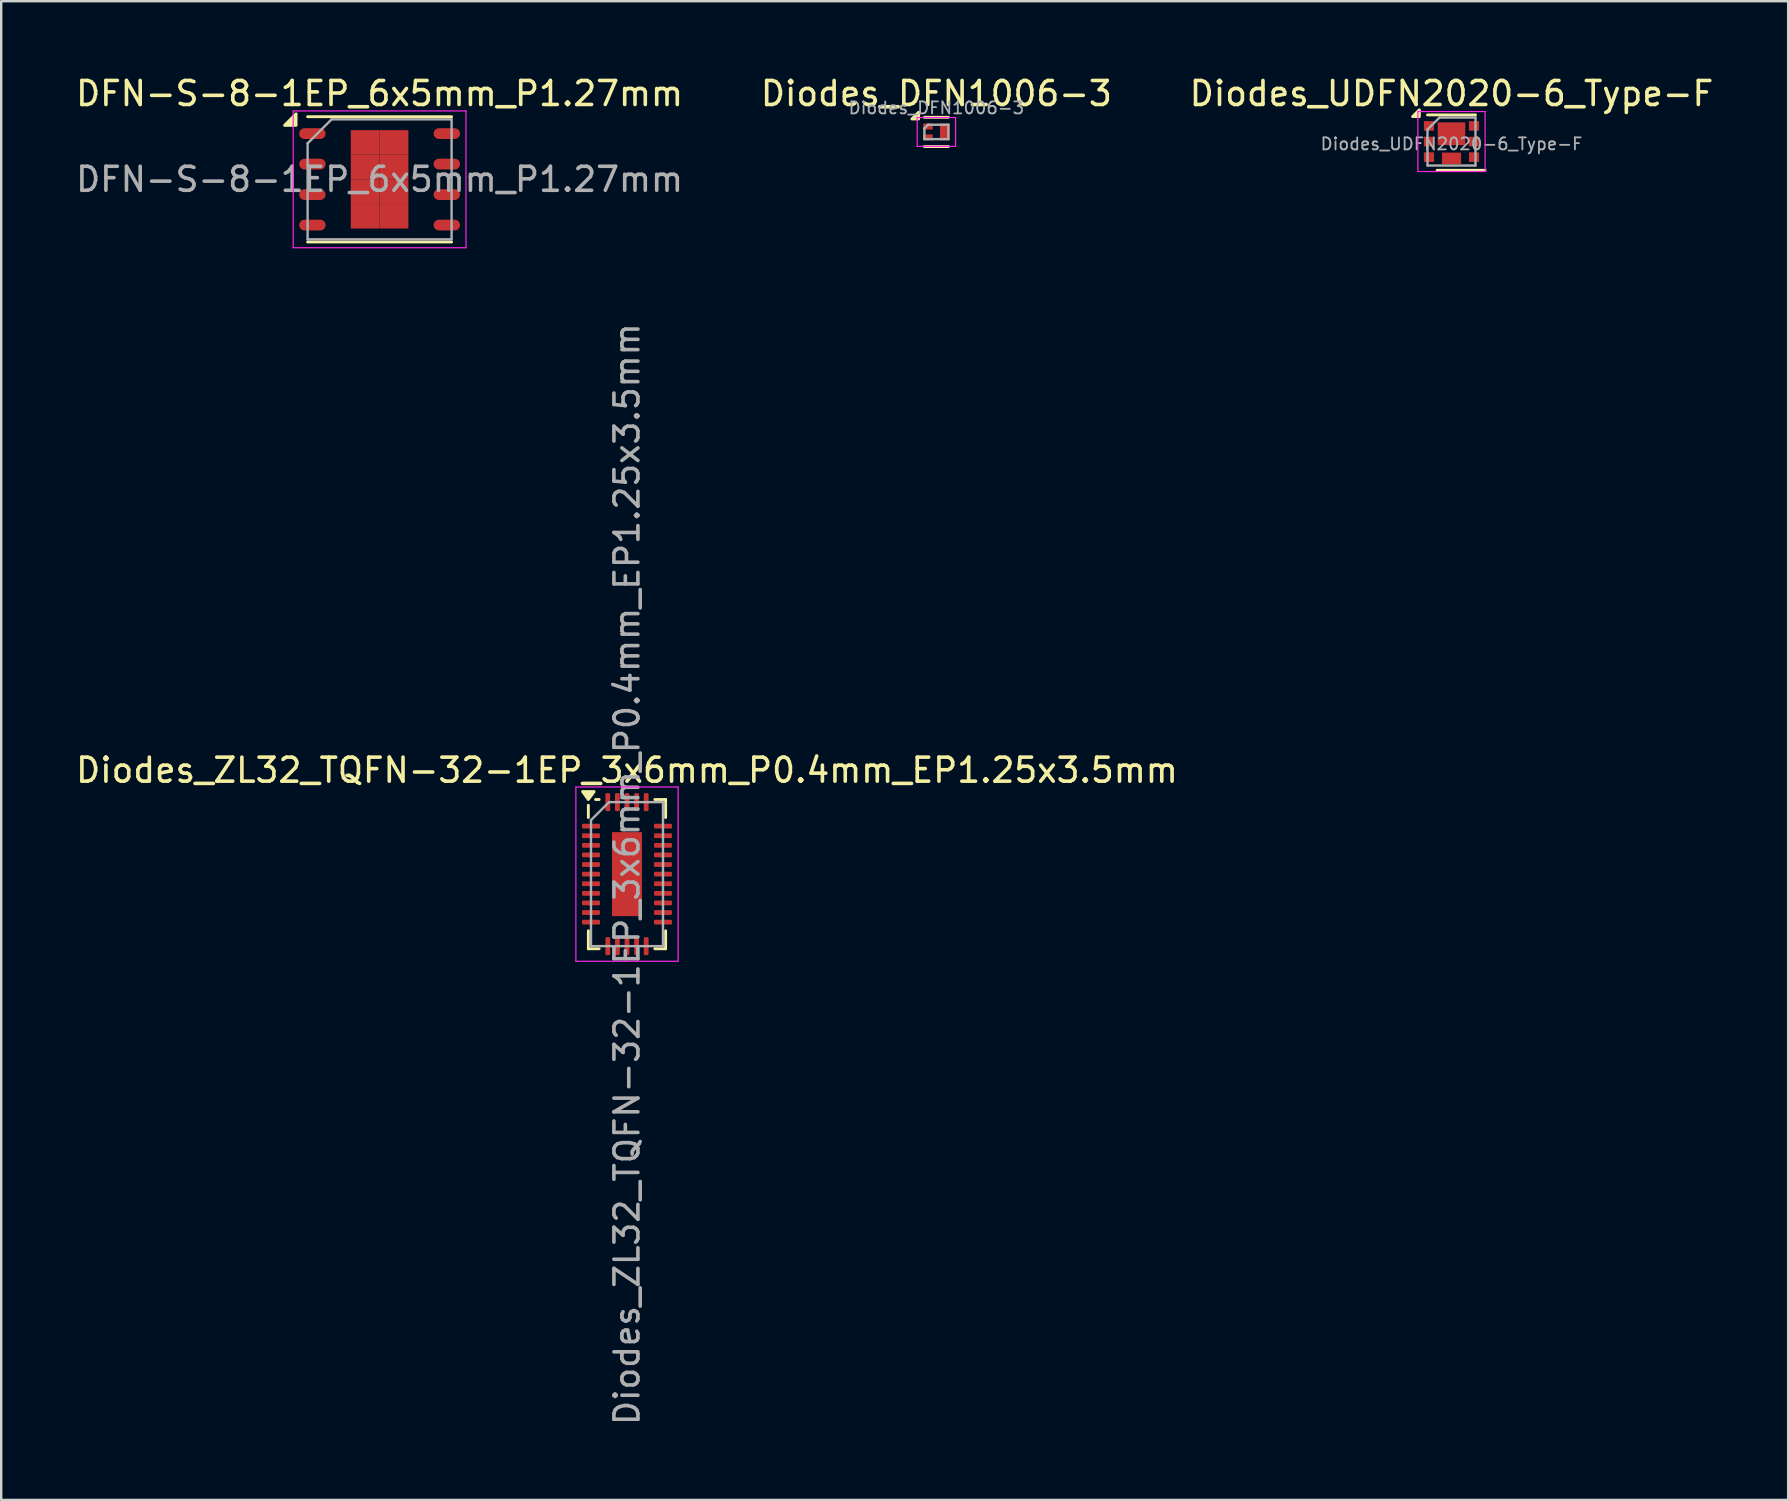
<source format=kicad_pcb>
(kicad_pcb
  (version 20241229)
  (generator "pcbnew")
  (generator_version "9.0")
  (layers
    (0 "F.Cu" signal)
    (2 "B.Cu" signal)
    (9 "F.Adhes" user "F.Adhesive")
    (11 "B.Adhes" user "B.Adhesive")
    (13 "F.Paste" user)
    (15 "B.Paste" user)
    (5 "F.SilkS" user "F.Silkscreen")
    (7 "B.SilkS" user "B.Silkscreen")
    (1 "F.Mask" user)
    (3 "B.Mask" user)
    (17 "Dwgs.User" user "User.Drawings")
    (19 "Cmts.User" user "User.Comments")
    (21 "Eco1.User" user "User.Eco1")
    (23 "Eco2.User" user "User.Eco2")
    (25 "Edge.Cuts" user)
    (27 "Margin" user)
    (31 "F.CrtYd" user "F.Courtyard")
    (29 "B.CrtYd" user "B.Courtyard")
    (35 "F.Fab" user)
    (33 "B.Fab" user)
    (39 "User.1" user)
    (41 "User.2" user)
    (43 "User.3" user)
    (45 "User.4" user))
  (footprint "Diodes_ZL32_TQFN-32-1EP_3x6mm_P0.4mm_EP1.25x3.5mm"
    (layer "F.Cu")
    (at 23.077 33.376)
    (property "Reference" "Diodes_ZL32_TQFN-32-1EP_3x6mm_P0.4mm_EP1.25x3.5mm" (at 0 -4.33 0) (layer "F.SilkS") (effects (font (size 1 1) (thickness 0.15))))
    (attr smd)
    (fp_line (start -1.61 -2.36) (end -1.61 -2.87) (stroke (width 0.12) (type solid)) (layer "F.SilkS"))
    (fp_line (start -1.61 3.11) (end -1.61 2.36) (stroke (width 0.12) (type solid)) (layer "F.SilkS"))
    (fp_line (start -1.16 -3.11) (end -1.31 -3.11) (stroke (width 0.12) (type solid)) (layer "F.SilkS"))
    (fp_line (start -1.16 3.11) (end -1.61 3.11) (stroke (width 0.12) (type solid)) (layer "F.SilkS"))
    (fp_line (start 1.16 -3.11) (end 1.61 -3.11) (stroke (width 0.12) (type solid)) (layer "F.SilkS"))
    (fp_line (start 1.16 3.11) (end 1.61 3.11) (stroke (width 0.12) (type solid)) (layer "F.SilkS"))
    (fp_line (start 1.61 -3.11) (end 1.61 -2.36) (stroke (width 0.12) (type solid)) (layer "F.SilkS"))
    (fp_line (start 1.61 3.11) (end 1.61 2.36) (stroke (width 0.12) (type solid)) (layer "F.SilkS"))
    (fp_poly (pts (xy -1.61 -3.11) (xy -1.85 -3.44) (xy -1.37 -3.44) (xy -1.61 -3.11)) (stroke (width 0.12) (type solid)) (fill yes) (layer "F.SilkS"))
    (fp_line (start -2.13 -3.63) (end -2.13 3.63) (stroke (width 0.05) (type solid)) (layer "F.CrtYd"))
    (fp_line (start -2.13 3.63) (end 2.13 3.63) (stroke (width 0.05) (type solid)) (layer "F.CrtYd"))
    (fp_line (start 2.13 -3.63) (end -2.13 -3.63) (stroke (width 0.05) (type solid)) (layer "F.CrtYd"))
    (fp_line (start 2.13 3.63) (end 2.13 -3.63) (stroke (width 0.05) (type solid)) (layer "F.CrtYd"))
    (fp_line (start -1.5 -2.25) (end -0.75 -3) (stroke (width 0.1) (type solid)) (layer "F.Fab"))
    (fp_line (start -1.5 3) (end -1.5 -2.25) (stroke (width 0.1) (type solid)) (layer "F.Fab"))
    (fp_line (start -0.75 -3) (end 1.5 -3) (stroke (width 0.1) (type solid)) (layer "F.Fab"))
    (fp_line (start 1.5 -3) (end 1.5 3) (stroke (width 0.1) (type solid)) (layer "F.Fab"))
    (fp_line (start 1.5 3) (end -1.5 3) (stroke (width 0.1) (type solid)) (layer "F.Fab"))
    (fp_text user "${REFERENCE}" (at 0 0 90) (layer "F.Fab") (effects (font (size 1 1) (thickness 0.15))))
    (pad "" smd roundrect (at -0.31 -1.32) (size 0.5 0.71) (layers "F.Paste") (roundrect_rratio 0.25))
    (pad "" smd roundrect (at -0.31 -0.44) (size 0.5 0.71) (layers "F.Paste") (roundrect_rratio 0.25))
    (pad "" smd roundrect (at -0.31 0.44) (size 0.5 0.71) (layers "F.Paste") (roundrect_rratio 0.25))
    (pad "" smd roundrect (at -0.31 1.32) (size 0.5 0.71) (layers "F.Paste") (roundrect_rratio 0.25))
    (pad "" smd roundrect (at 0.31 -1.32) (size 0.5 0.71) (layers "F.Paste") (roundrect_rratio 0.25))
    (pad "" smd roundrect (at 0.31 -0.44) (size 0.5 0.71) (layers "F.Paste") (roundrect_rratio 0.25))
    (pad "" smd roundrect (at 0.31 0.44) (size 0.5 0.71) (layers "F.Paste") (roundrect_rratio 0.25))
    (pad "" smd roundrect (at 0.31 1.32) (size 0.5 0.71) (layers "F.Paste") (roundrect_rratio 0.25))
    (pad "1" smd roundrect (at -1.5 -2) (size 0.75 0.2) (layers "F.Cu" "F.Mask" "F.Paste") (roundrect_rratio 0.25))
    (pad "2" smd roundrect (at -1.5 -1.6) (size 0.75 0.2) (layers "F.Cu" "F.Mask" "F.Paste") (roundrect_rratio 0.25))
    (pad "3" smd roundrect (at -1.5 -1.2) (size 0.75 0.2) (layers "F.Cu" "F.Mask" "F.Paste") (roundrect_rratio 0.25))
    (pad "4" smd roundrect (at -1.5 -0.8) (size 0.75 0.2) (layers "F.Cu" "F.Mask" "F.Paste") (roundrect_rratio 0.25))
    (pad "5" smd roundrect (at -1.5 -0.4) (size 0.75 0.2) (layers "F.Cu" "F.Mask" "F.Paste") (roundrect_rratio 0.25))
    (pad "6" smd roundrect (at -1.5 0) (size 0.75 0.2) (layers "F.Cu" "F.Mask" "F.Paste") (roundrect_rratio 0.25))
    (pad "7" smd roundrect (at -1.5 0.4) (size 0.75 0.2) (layers "F.Cu" "F.Mask" "F.Paste") (roundrect_rratio 0.25))
    (pad "8" smd roundrect (at -1.5 0.8) (size 0.75 0.2) (layers "F.Cu" "F.Mask" "F.Paste") (roundrect_rratio 0.25))
    (pad "9" smd roundrect (at -1.5 1.2) (size 0.75 0.2) (layers "F.Cu" "F.Mask" "F.Paste") (roundrect_rratio 0.25))
    (pad "10" smd roundrect (at -1.5 1.6) (size 0.75 0.2) (layers "F.Cu" "F.Mask" "F.Paste") (roundrect_rratio 0.25))
    (pad "11" smd roundrect (at -1.5 2) (size 0.75 0.2) (layers "F.Cu" "F.Mask" "F.Paste") (roundrect_rratio 0.25))
    (pad "12" smd roundrect (at -0.8 3) (size 0.2 0.75) (layers "F.Cu" "F.Mask" "F.Paste") (roundrect_rratio 0.25))
    (pad "13" smd roundrect (at -0.4 3) (size 0.2 0.75) (layers "F.Cu" "F.Mask" "F.Paste") (roundrect_rratio 0.25))
    (pad "14" smd roundrect (at 0 3) (size 0.2 0.75) (layers "F.Cu" "F.Mask" "F.Paste") (roundrect_rratio 0.25))
    (pad "15" smd roundrect (at 0.4 3) (size 0.2 0.75) (layers "F.Cu" "F.Mask" "F.Paste") (roundrect_rratio 0.25))
    (pad "16" smd roundrect (at 0.8 3) (size 0.2 0.75) (layers "F.Cu" "F.Mask" "F.Paste") (roundrect_rratio 0.25))
    (pad "17" smd roundrect (at 1.5 2) (size 0.75 0.2) (layers "F.Cu" "F.Mask" "F.Paste") (roundrect_rratio 0.25))
    (pad "18" smd roundrect (at 1.5 1.6) (size 0.75 0.2) (layers "F.Cu" "F.Mask" "F.Paste") (roundrect_rratio 0.25))
    (pad "19" smd roundrect (at 1.5 1.2) (size 0.75 0.2) (layers "F.Cu" "F.Mask" "F.Paste") (roundrect_rratio 0.25))
    (pad "20" smd roundrect (at 1.5 0.8) (size 0.75 0.2) (layers "F.Cu" "F.Mask" "F.Paste") (roundrect_rratio 0.25))
    (pad "21" smd roundrect (at 1.5 0.4) (size 0.75 0.2) (layers "F.Cu" "F.Mask" "F.Paste") (roundrect_rratio 0.25))
    (pad "22" smd roundrect (at 1.5 0) (size 0.75 0.2) (layers "F.Cu" "F.Mask" "F.Paste") (roundrect_rratio 0.25))
    (pad "23" smd roundrect (at 1.5 -0.4) (size 0.75 0.2) (layers "F.Cu" "F.Mask" "F.Paste") (roundrect_rratio 0.25))
    (pad "24" smd roundrect (at 1.5 -0.8) (size 0.75 0.2) (layers "F.Cu" "F.Mask" "F.Paste") (roundrect_rratio 0.25))
    (pad "25" smd roundrect (at 1.5 -1.2) (size 0.75 0.2) (layers "F.Cu" "F.Mask" "F.Paste") (roundrect_rratio 0.25))
    (pad "26" smd roundrect (at 1.5 -1.6) (size 0.75 0.2) (layers "F.Cu" "F.Mask" "F.Paste") (roundrect_rratio 0.25))
    (pad "27" smd roundrect (at 1.5 -2) (size 0.75 0.2) (layers "F.Cu" "F.Mask" "F.Paste") (roundrect_rratio 0.25))
    (pad "28" smd roundrect (at 0.8 -3) (size 0.2 0.75) (layers "F.Cu" "F.Mask" "F.Paste") (roundrect_rratio 0.25))
    (pad "29" smd roundrect (at 0.4 -3) (size 0.2 0.75) (layers "F.Cu" "F.Mask" "F.Paste") (roundrect_rratio 0.25))
    (pad "30" smd roundrect (at 0 -3) (size 0.2 0.75) (layers "F.Cu" "F.Mask" "F.Paste") (roundrect_rratio 0.25))
    (pad "31" smd roundrect (at -0.4 -3) (size 0.2 0.75) (layers "F.Cu" "F.Mask" "F.Paste") (roundrect_rratio 0.25))
    (pad "32" smd roundrect (at -0.8 -3) (size 0.2 0.75) (layers "F.Cu" "F.Mask" "F.Paste") (roundrect_rratio 0.25))
    (pad "33" smd rect (at 0 0) (size 1.25 3.5) (property pad_prop_heatsink) (layers "F.Cu" "F.Mask")))
  (footprint "DFN-S-8-1EP_6x5mm_P1.27mm"
    (layer "F.Cu")
    (at 12.768 4.423)
    (property "Reference" "DFN-S-8-1EP_6x5mm_P1.27mm" (at 0 -3.575 0) (layer "F.SilkS") (effects (font (size 1 1) (thickness 0.15))))
    (attr smd)
    (fp_line (start -3 -2.61) (end 3 -2.61) (stroke (width 0.12) (type solid)) (layer "F.SilkS"))
    (fp_line (start -3 2.61) (end 3 2.61) (stroke (width 0.12) (type solid)) (layer "F.SilkS"))
    (fp_poly (pts (xy -3.48 -2.25) (xy -3.96 -2.25) (xy -3.48 -2.73) (xy -3.48 -2.25)) (stroke (width 0.12) (type solid)) (fill yes) (layer "F.SilkS"))
    (fp_line (start -3.6 -2.85) (end -3.6 2.85) (stroke (width 0.05) (type solid)) (layer "F.CrtYd"))
    (fp_line (start -3.6 -2.85) (end 3.6 -2.85) (stroke (width 0.05) (type solid)) (layer "F.CrtYd"))
    (fp_line (start -3.6 2.85) (end 3.6 2.85) (stroke (width 0.05) (type solid)) (layer "F.CrtYd"))
    (fp_line (start 3.6 -2.85) (end 3.6 2.85) (stroke (width 0.05) (type solid)) (layer "F.CrtYd"))
    (fp_line (start -3 -1.5) (end -2 -2.5) (stroke (width 0.1) (type solid)) (layer "F.Fab"))
    (fp_line (start -3 2.5) (end -3 -1.5) (stroke (width 0.1) (type solid)) (layer "F.Fab"))
    (fp_line (start -2 -2.5) (end 3 -2.5) (stroke (width 0.1) (type solid)) (layer "F.Fab"))
    (fp_line (start 3 -2.5) (end 3 2.5) (stroke (width 0.1) (type solid)) (layer "F.Fab"))
    (fp_line (start 3 2.5) (end -3 2.5) (stroke (width 0.1) (type solid)) (layer "F.Fab"))
    (fp_text user "${REFERENCE}" (at 0 0 0) (layer "F.Fab") (effects (font (size 1 1) (thickness 0.15))))
    (pad "1" smd oval (at -2.8 -1.905) (size 1.1 0.45) (layers "F.Cu" "F.Mask" "F.Paste"))
    (pad "2" smd oval (at -2.8 -0.635) (size 1.1 0.45) (layers "F.Cu" "F.Mask" "F.Paste"))
    (pad "3" smd oval (at -2.8 0.635) (size 1.1 0.45) (layers "F.Cu" "F.Mask" "F.Paste"))
    (pad "4" smd oval (at -2.8 1.905) (size 1.1 0.45) (layers "F.Cu" "F.Mask" "F.Paste"))
    (pad "5" smd oval (at 2.8 1.905) (size 1.1 0.45) (layers "F.Cu" "F.Mask" "F.Paste"))
    (pad "6" smd oval (at 2.8 0.635) (size 1.1 0.45) (layers "F.Cu" "F.Mask" "F.Paste"))
    (pad "7" smd oval (at 2.8 -0.635) (size 1.1 0.45) (layers "F.Cu" "F.Mask" "F.Paste"))
    (pad "8" smd oval (at 2.8 -1.905) (size 1.1 0.45) (layers "F.Cu" "F.Mask" "F.Paste"))
    (pad "9" smd rect (at -0.6 -1.538) (size 1.2 1.025) (layers "F.Cu" "F.Mask" "F.Paste"))
    (pad "9" smd rect (at -0.6 -0.512) (size 1.2 1.025) (layers "F.Cu" "F.Mask" "F.Paste"))
    (pad "9" smd rect (at -0.6 0.512) (size 1.2 1.025) (layers "F.Cu" "F.Mask" "F.Paste"))
    (pad "9" smd rect (at -0.6 1.538) (size 1.2 1.025) (layers "F.Cu" "F.Mask" "F.Paste"))
    (pad "9" smd rect (at 0.6 -1.538) (size 1.2 1.025) (layers "F.Cu" "F.Mask" "F.Paste"))
    (pad "9" smd rect (at 0.6 -0.512) (size 1.2 1.025) (layers "F.Cu" "F.Mask" "F.Paste"))
    (pad "9" smd rect (at 0.6 0.512) (size 1.2 1.025) (layers "F.Cu" "F.Mask" "F.Paste"))
    (pad "9" smd rect (at 0.6 1.538) (size 1.2 1.025) (layers "F.Cu" "F.Mask" "F.Paste")))
  (footprint "Diodes_UDFN2020-6_Type-F"
    (layer "F.Cu")
    (at 57.435 2.848)
    (property "Reference" "Diodes_UDFN2020-6_Type-F" (at 0 -2 0) (layer "F.SilkS") (effects (font (size 1 1) (thickness 0.15))))
    (attr smd)
    (fp_line (start 1 -1.11) (end -1 -1.11) (stroke (width 0.12) (type solid)) (layer "F.SilkS"))
    (fp_line (start 1.4 1.2) (end -0.6 1.2) (stroke (width 0.12) (type solid)) (layer "F.SilkS"))
    (fp_poly (pts (xy -1.34 -1.04) (xy -1.62 -1.04) (xy -1.34 -1.32) (xy -1.34 -1.04)) (stroke (width 0.12) (type solid)) (fill yes) (layer "F.SilkS"))
    (fp_line (start -1.4 -1.25) (end -1.4 1.25) (stroke (width 0.05) (type solid)) (layer "F.CrtYd"))
    (fp_line (start -1.4 1.25) (end 1.4 1.25) (stroke (width 0.05) (type solid)) (layer "F.CrtYd"))
    (fp_line (start 1.4 -1.25) (end -1.4 -1.25) (stroke (width 0.05) (type solid)) (layer "F.CrtYd"))
    (fp_line (start 1.4 1.25) (end 1.4 -1.25) (stroke (width 0.05) (type solid)) (layer "F.CrtYd"))
    (fp_line (start -1 1) (end -1 -0.5) (stroke (width 0.1) (type solid)) (layer "F.Fab"))
    (fp_line (start -0.5 -1) (end -1 -0.5) (stroke (width 0.1) (type solid)) (layer "F.Fab"))
    (fp_line (start -0.5 -1) (end 1 -1) (stroke (width 0.1) (type solid)) (layer "F.Fab"))
    (fp_line (start 1 -1) (end 1 1) (stroke (width 0.1) (type solid)) (layer "F.Fab"))
    (fp_line (start 1 1) (end -1 1) (stroke (width 0.1) (type solid)) (layer "F.Fab"))
    (fp_text user "${REFERENCE}" (at 0 0.1 0) (layer "F.Fab") (effects (font (size 0.5 0.5) (thickness 0.075))))
    (pad "1" smd rect (at -0.938 -0.65) (size 0.425 0.4) (layers "F.Cu" "F.Mask" "F.Paste"))
    (pad "2" smd rect (at -0.938 0) (size 0.425 0.4) (layers "F.Cu" "F.Mask" "F.Paste"))
    (pad "3" smd rect (at -0.938 0.65) (size 0.425 0.4) (layers "F.Cu" "F.Mask" "F.Paste"))
    (pad "4" smd rect (at 0.938 0.65) (size 0.425 0.4) (layers "F.Cu" "F.Mask" "F.Paste"))
    (pad "5" smd rect (at 0.938 0) (size 0.425 0.4) (layers "F.Cu" "F.Mask" "F.Paste"))
    (pad "6" smd rect (at 0.938 -0.65) (size 0.425 0.4) (layers "F.Cu" "F.Mask" "F.Paste"))
    (pad "7" smd rect (at 0 -0.325) (size 1.15 0.95) (layers "F.Cu" "F.Mask" "F.Paste"))
    (pad "8" smd rect (at 0 0.7) (size 0.8 0.48) (layers "F.Cu" "F.Mask" "F.Paste")))
  (footprint "Diodes_DFN1006-3"
    (layer "F.Cu")
    (at 35.97 2.448)
    (property "Reference" "Diodes_DFN1006-3" (at 0 -1.6 0) (layer "F.SilkS") (effects (font (size 1 1) (thickness 0.15))))
    (attr smd)
    (fp_line (start -0.5 -0.61) (end 0.5 -0.61) (stroke (width 0.12) (type default)) (layer "F.SilkS"))
    (fp_line (start -0.5 0.61) (end 0.5 0.61) (stroke (width 0.12) (type default)) (layer "F.SilkS"))
    (fp_poly (pts (xy -0.74 -0.54) (xy -1.02 -0.54) (xy -0.74 -0.82) (xy -0.74 -0.54)) (stroke (width 0.12) (type solid)) (fill yes) (layer "F.SilkS"))
    (fp_line (start -0.8 -0.6) (end 0.8 -0.6) (stroke (width 0.05) (type solid)) (layer "F.CrtYd"))
    (fp_line (start -0.8 0.6) (end -0.8 -0.6) (stroke (width 0.05) (type solid)) (layer "F.CrtYd"))
    (fp_line (start 0.8 -0.6) (end 0.8 0.6) (stroke (width 0.05) (type solid)) (layer "F.CrtYd"))
    (fp_line (start 0.8 0.6) (end -0.8 0.6) (stroke (width 0.05) (type solid)) (layer "F.CrtYd"))
    (fp_line (start -0.5 0.3) (end -0.5 -0.15) (stroke (width 0.1) (type solid)) (layer "F.Fab"))
    (fp_line (start -0.35 -0.3) (end -0.5 -0.15) (stroke (width 0.1) (type solid)) (layer "F.Fab"))
    (fp_line (start -0.35 -0.3) (end 0.5 -0.3) (stroke (width 0.1) (type solid)) (layer "F.Fab"))
    (fp_line (start 0.5 -0.3) (end 0.5 0.3) (stroke (width 0.1) (type solid)) (layer "F.Fab"))
    (fp_line (start 0.5 0.3) (end -0.5 0.3) (stroke (width 0.1) (type solid)) (layer "F.Fab"))
    (fp_text user "${REFERENCE}" (at 0 -1 0) (layer "F.Fab") (effects (font (size 0.5 0.5) (thickness 0.075))))
    (pad "1" smd rect (at -0.35 -0.225 270) (size 0.25 0.4) (layers "F.Cu" "F.Mask" "F.Paste"))
    (pad "2" smd rect (at -0.35 0.225 270) (size 0.25 0.4) (layers "F.Cu" "F.Mask" "F.Paste"))
    (pad "3" smd rect (at 0.35 0 270) (size 0.7 0.4) (layers "F.Cu" "F.Mask" "F.Paste")))
  (gr_rect
    (start -3 -3)
    (end 71.464 59.453)
    (stroke (width 0.1) (type default))
    (fill no)
    (layer "Edge.Cuts")))
</source>
